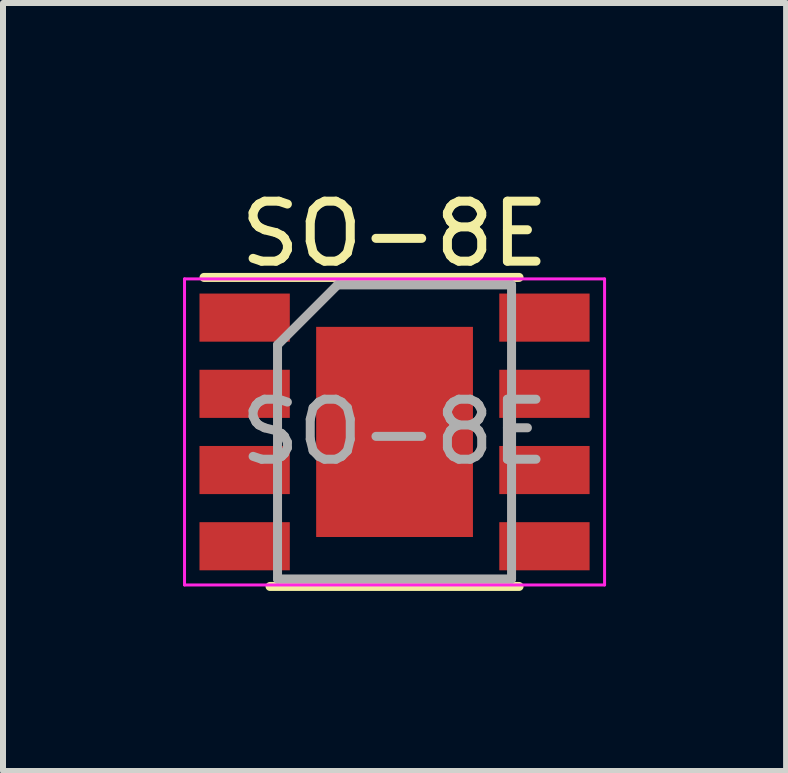
<source format=kicad_pcb>
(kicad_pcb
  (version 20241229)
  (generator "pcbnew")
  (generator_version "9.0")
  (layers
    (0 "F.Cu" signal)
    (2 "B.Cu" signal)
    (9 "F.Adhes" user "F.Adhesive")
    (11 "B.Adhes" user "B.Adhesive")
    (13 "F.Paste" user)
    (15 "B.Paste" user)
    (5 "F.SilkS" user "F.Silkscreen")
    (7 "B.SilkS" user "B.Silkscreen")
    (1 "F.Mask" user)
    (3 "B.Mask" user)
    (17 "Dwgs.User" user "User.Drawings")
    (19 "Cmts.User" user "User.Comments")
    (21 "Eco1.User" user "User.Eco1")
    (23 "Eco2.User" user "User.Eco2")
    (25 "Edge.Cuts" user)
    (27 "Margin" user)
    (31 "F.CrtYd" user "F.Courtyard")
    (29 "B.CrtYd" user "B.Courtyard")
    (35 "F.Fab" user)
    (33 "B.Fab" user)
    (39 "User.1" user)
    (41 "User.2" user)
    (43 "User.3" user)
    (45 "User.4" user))
  (footprint "SO-8E"
    (layer "F.Cu")
    (at 3.525 4.148)
    (property "Reference" "SO-8E" (at 0 -3.3 0) (layer "F.SilkS") (effects (font (size 1 1) (thickness 0.15))))
    (attr smd)
    (fp_line (start -3.175 -2.575) (end 2.075 -2.575) (stroke (width 0.15) (type solid)) (layer "F.SilkS"))
    (fp_line (start -2.075 2.575) (end 2.075 2.575) (stroke (width 0.15) (type solid)) (layer "F.SilkS"))
    (fp_line (start -3.5 -2.55) (end -3.5 2.55) (stroke (width 0.05) (type solid)) (layer "F.CrtYd"))
    (fp_line (start -3.5 -2.55) (end 3.5 -2.55) (stroke (width 0.05) (type solid)) (layer "F.CrtYd"))
    (fp_line (start -3.5 2.55) (end 3.5 2.55) (stroke (width 0.05) (type solid)) (layer "F.CrtYd"))
    (fp_line (start 3.5 -2.55) (end 3.5 2.55) (stroke (width 0.05) (type solid)) (layer "F.CrtYd"))
    (fp_line (start -1.95 -1.45) (end -0.95 -2.45) (stroke (width 0.15) (type solid)) (layer "F.Fab"))
    (fp_line (start -1.95 2.45) (end -1.95 -1.45) (stroke (width 0.15) (type solid)) (layer "F.Fab"))
    (fp_line (start -0.95 -2.45) (end 1.95 -2.45) (stroke (width 0.15) (type solid)) (layer "F.Fab"))
    (fp_line (start 1.95 -2.45) (end 1.95 2.45) (stroke (width 0.15) (type solid)) (layer "F.Fab"))
    (fp_line (start 1.95 2.45) (end -1.95 2.45) (stroke (width 0.15) (type solid)) (layer "F.Fab"))
    (fp_text user "${REFERENCE}" (at 0 0 0) (layer "F.Fab") (effects (font (size 1 1) (thickness 0.15))))
    (pad "1" smd rect (at -2.498 -1.905) (size 1.505 0.802) (layers "F.Cu" "F.Mask" "F.Paste"))
    (pad "2" smd rect (at -2.498 -0.635) (size 1.505 0.802) (layers "F.Cu" "F.Mask" "F.Paste"))
    (pad "3" smd rect (at -2.498 0.635) (size 1.505 0.802) (layers "F.Cu" "F.Mask" "F.Paste"))
    (pad "4" smd rect (at -2.498 1.905) (size 1.505 0.802) (layers "F.Cu" "F.Mask" "F.Paste"))
    (pad "5" smd rect (at 2.498 1.905) (size 1.505 0.802) (layers "F.Cu" "F.Mask" "F.Paste"))
    (pad "6" smd rect (at 2.498 0.635) (size 1.505 0.802) (layers "F.Cu" "F.Mask" "F.Paste"))
    (pad "7" smd rect (at 2.498 -0.635) (size 1.505 0.802) (layers "F.Cu" "F.Mask" "F.Paste"))
    (pad "8" smd rect (at 2.498 -1.905) (size 1.505 0.802) (layers "F.Cu" "F.Mask" "F.Paste"))
    (pad "9" smd rect (at 0 0) (size 2.613 3.502) (layers "F.Cu" "F.Mask" "F.Paste")))
  (gr_rect
    (start -3 -3)
    (end 10.05 9.798)
    (stroke (width 0.1) (type default))
    (fill no)
    (layer "Edge.Cuts")))
</source>
